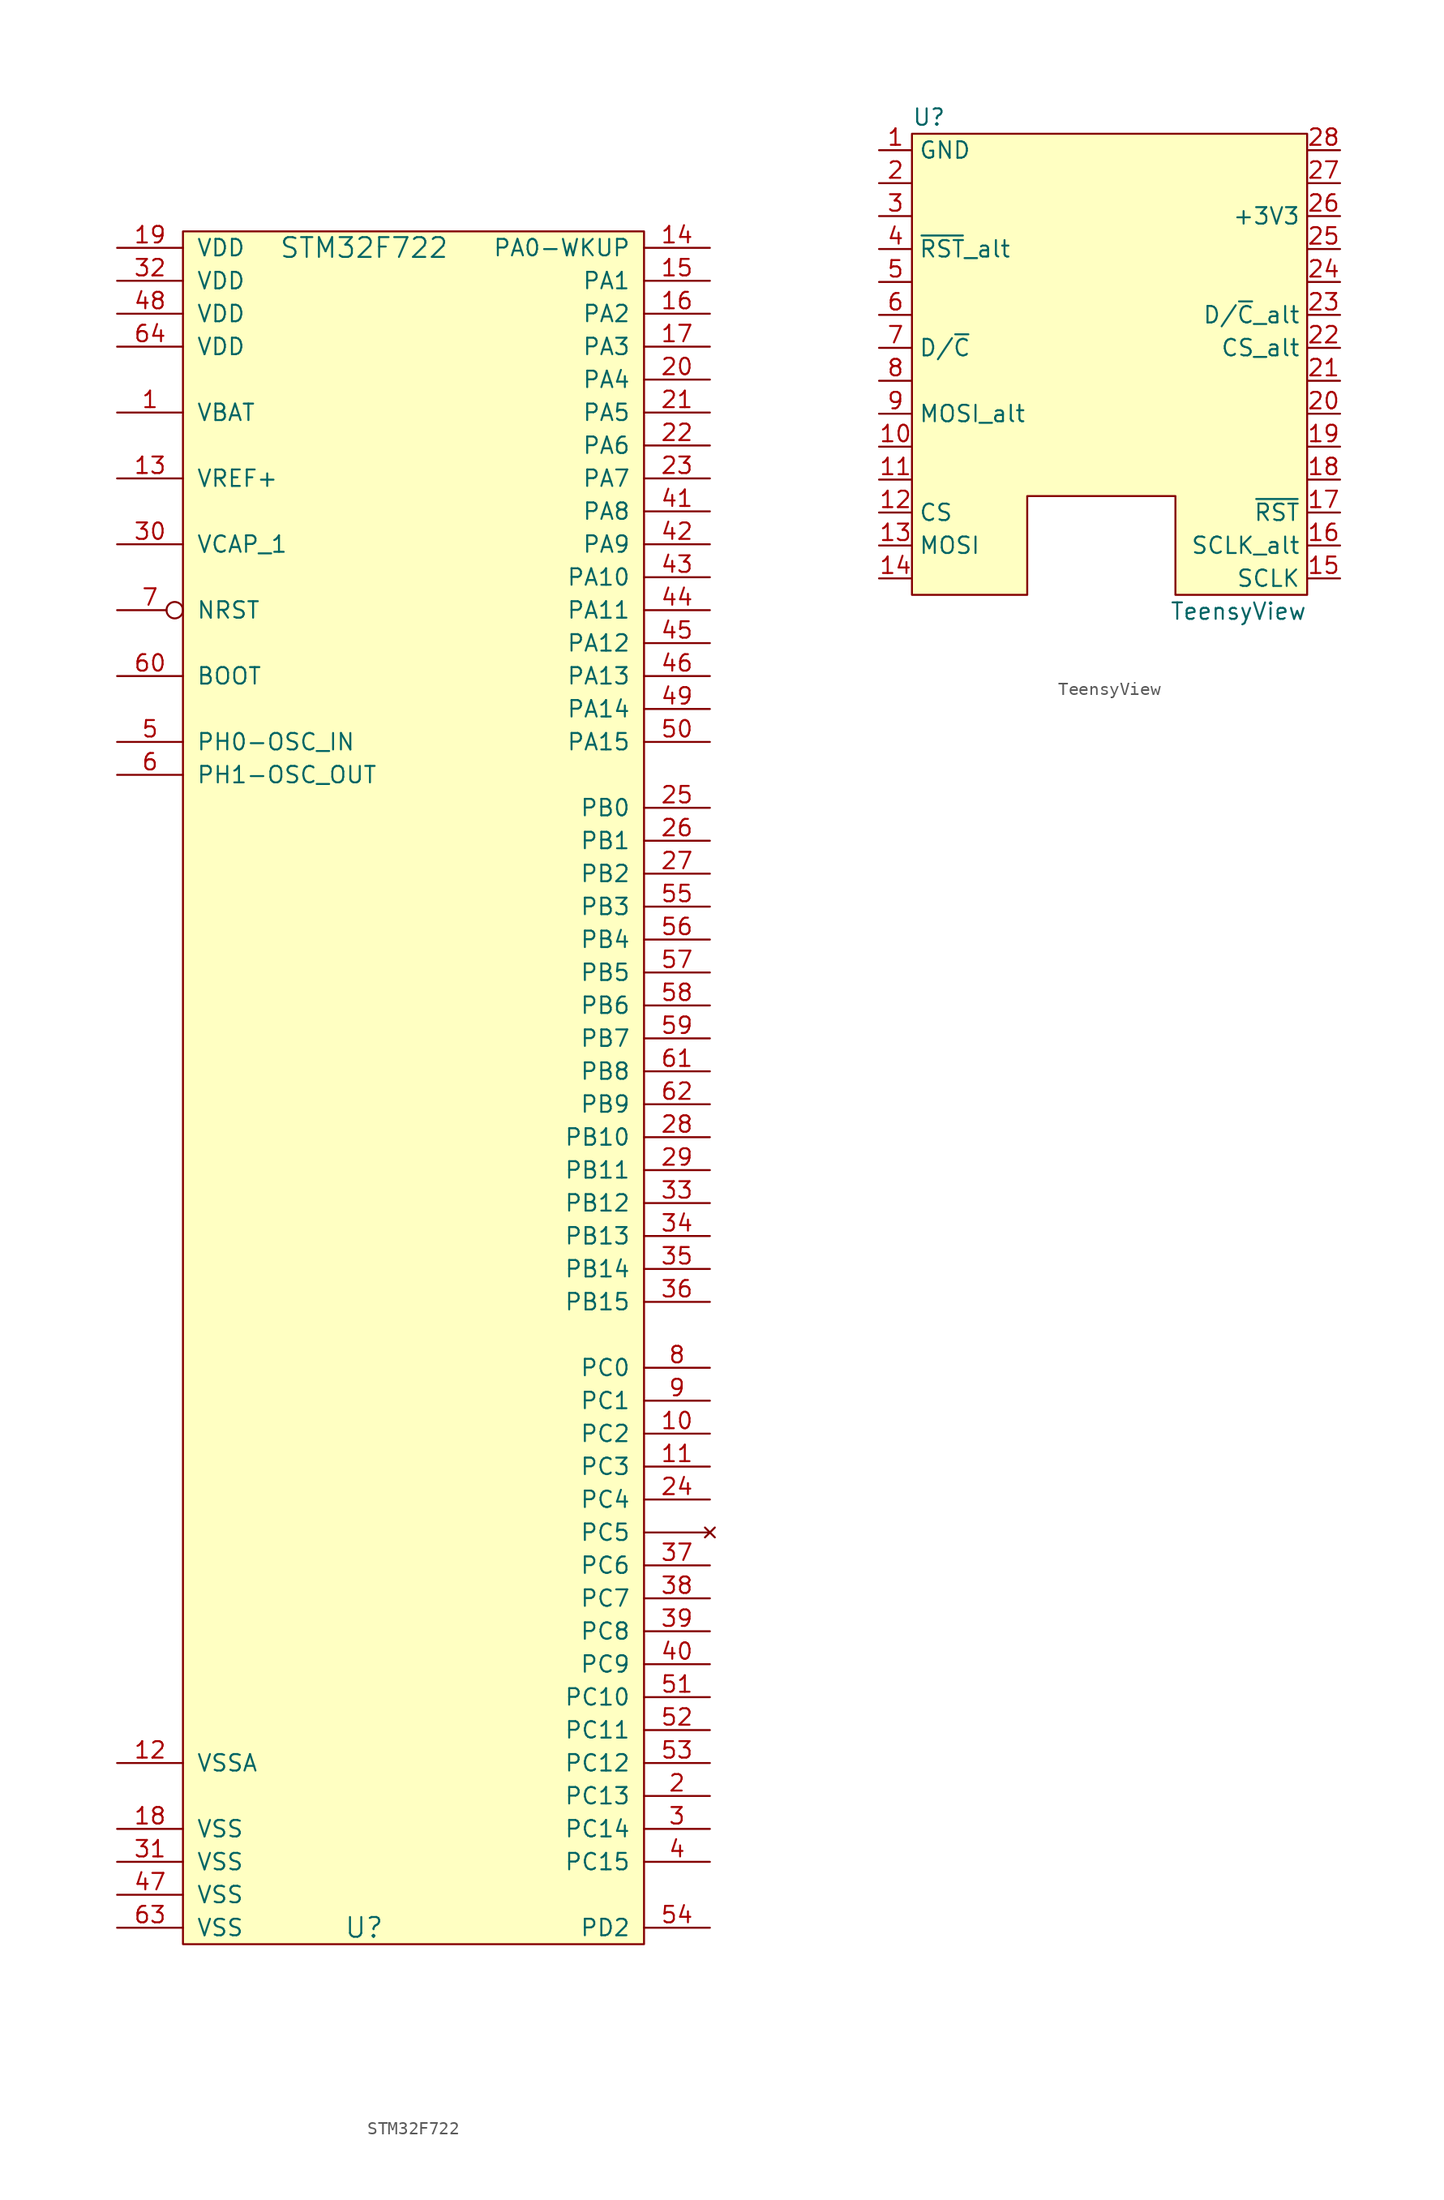
<source format=kicad_sym>
(kicad_symbol_lib
  (version 20211014)
  (generator kicad_symbol_editor)
  (symbol "STM32F722"
    (pin_names
      (offset 1.016))
    (property "Reference" "U"
      (at -3.81 -78.74 0)
      (effects (font (size 1.524 1.524))))
    (property "Value" "STM32F722"
      (at -3.81 50.8 0)
      (effects (font (size 1.524 1.524))))
    (symbol "STM32F722_0_1"
      (rectangle (start 17.78 52.07) (end -17.78 -80.01) (stroke (width 0) (type default) (color 0 0 0 0)) (fill (type background))))
    (symbol "STM32F722_1_1"
      (pin power_in line (at -22.86 38.1 0) (length 5.08) (name "VBAT" (effects (font (size 1.27 1.27)))) (number "1" (effects (font (size 1.27 1.27)))))
      (pin bidirectional line (at 22.86 -40.64 180) (length 5.08) (name "PC2" (effects (font (size 1.27 1.27)))) (number "10" (effects (font (size 1.27 1.27)))))
      (pin bidirectional line (at 22.86 -43.18 180) (length 5.08) (name "PC3" (effects (font (size 1.27 1.27)))) (number "11" (effects (font (size 1.27 1.27)))))
      (pin power_in line (at -22.86 -66.04 0) (length 5.08) (name "VSSA" (effects (font (size 1.27 1.27)))) (number "12" (effects (font (size 1.27 1.27)))))
      (pin power_in line (at -22.86 33.02 0) (length 5.08) (name "VREF+" (effects (font (size 1.27 1.27)))) (number "13" (effects (font (size 1.27 1.27)))))
      (pin bidirectional line (at 22.86 50.8 180) (length 5.08) (name "PA0-WKUP" (effects (font (size 1.27 1.27)))) (number "14" (effects (font (size 1.27 1.27)))))
      (pin bidirectional line (at 22.86 48.26 180) (length 5.08) (name "PA1" (effects (font (size 1.27 1.27)))) (number "15" (effects (font (size 1.27 1.27)))))
      (pin bidirectional line (at 22.86 45.72 180) (length 5.08) (name "PA2" (effects (font (size 1.27 1.27)))) (number "16" (effects (font (size 1.27 1.27)))))
      (pin bidirectional line (at 22.86 43.18 180) (length 5.08) (name "PA3" (effects (font (size 1.27 1.27)))) (number "17" (effects (font (size 1.27 1.27)))))
      (pin power_in line (at -22.86 -71.12 0) (length 5.08) (name "VSS" (effects (font (size 1.27 1.27)))) (number "18" (effects (font (size 1.27 1.27)))))
      (pin power_in line (at -22.86 50.8 0) (length 5.08) (name "VDD" (effects (font (size 1.27 1.27)))) (number "19" (effects (font (size 1.27 1.27)))))
      (pin bidirectional line (at 22.86 -68.58 180) (length 5.08) (name "PC13" (effects (font (size 1.27 1.27)))) (number "2" (effects (font (size 1.27 1.27)))))
      (pin bidirectional line (at 22.86 40.64 180) (length 5.08) (name "PA4" (effects (font (size 1.27 1.27)))) (number "20" (effects (font (size 1.27 1.27)))))
      (pin bidirectional line (at 22.86 38.1 180) (length 5.08) (name "PA5" (effects (font (size 1.27 1.27)))) (number "21" (effects (font (size 1.27 1.27)))))
      (pin bidirectional line (at 22.86 35.56 180) (length 5.08) (name "PA6" (effects (font (size 1.27 1.27)))) (number "22" (effects (font (size 1.27 1.27)))))
      (pin bidirectional line (at 22.86 33.02 180) (length 5.08) (name "PA7" (effects (font (size 1.27 1.27)))) (number "23" (effects (font (size 1.27 1.27)))))
      (pin bidirectional line (at 22.86 -45.72 180) (length 5.08) (name "PC4" (effects (font (size 1.27 1.27)))) (number "24" (effects (font (size 1.27 1.27)))))
      (pin bidirectional line (at 22.86 7.62 180) (length 5.08) (name "PB0" (effects (font (size 1.27 1.27)))) (number "25" (effects (font (size 1.27 1.27)))))
      (pin bidirectional line (at 22.86 5.08 180) (length 5.08) (name "PB1" (effects (font (size 1.27 1.27)))) (number "26" (effects (font (size 1.27 1.27)))))
      (pin bidirectional line (at 22.86 2.54 180) (length 5.08) (name "PB2" (effects (font (size 1.27 1.27)))) (number "27" (effects (font (size 1.27 1.27)))))
      (pin bidirectional line (at 22.86 -17.78 180) (length 5.08) (name "PB10" (effects (font (size 1.27 1.27)))) (number "28" (effects (font (size 1.27 1.27)))))
      (pin bidirectional line (at 22.86 -20.32 180) (length 5.08) (name "PB11" (effects (font (size 1.27 1.27)))) (number "29" (effects (font (size 1.27 1.27)))))
      (pin bidirectional line (at 22.86 -71.12 180) (length 5.08) (name "PC14" (effects (font (size 1.27 1.27)))) (number "3" (effects (font (size 1.27 1.27)))))
      (pin passive line (at -22.86 27.94 0) (length 5.08) (name "VCAP_1" (effects (font (size 1.27 1.27)))) (number "30" (effects (font (size 1.27 1.27)))))
      (pin power_in line (at -22.86 -73.66 0) (length 5.08) (name "VSS" (effects (font (size 1.27 1.27)))) (number "31" (effects (font (size 1.27 1.27)))))
      (pin power_in line (at -22.86 48.26 0) (length 5.08) (name "VDD" (effects (font (size 1.27 1.27)))) (number "32" (effects (font (size 1.27 1.27)))))
      (pin bidirectional line (at 22.86 -22.86 180) (length 5.08) (name "PB12" (effects (font (size 1.27 1.27)))) (number "33" (effects (font (size 1.27 1.27)))))
      (pin bidirectional line (at 22.86 -25.4 180) (length 5.08) (name "PB13" (effects (font (size 1.27 1.27)))) (number "34" (effects (font (size 1.27 1.27)))))
      (pin bidirectional line (at 22.86 -27.94 180) (length 5.08) (name "PB14" (effects (font (size 1.27 1.27)))) (number "35" (effects (font (size 1.27 1.27)))))
      (pin bidirectional line (at 22.86 -30.48 180) (length 5.08) (name "PB15" (effects (font (size 1.27 1.27)))) (number "36" (effects (font (size 1.27 1.27)))))
      (pin bidirectional line (at 22.86 -50.8 180) (length 5.08) (name "PC6" (effects (font (size 1.27 1.27)))) (number "37" (effects (font (size 1.27 1.27)))))
      (pin bidirectional line (at 22.86 -53.34 180) (length 5.08) (name "PC7" (effects (font (size 1.27 1.27)))) (number "38" (effects (font (size 1.27 1.27)))))
      (pin bidirectional line (at 22.86 -55.88 180) (length 5.08) (name "PC8" (effects (font (size 1.27 1.27)))) (number "39" (effects (font (size 1.27 1.27)))))
      (pin bidirectional line (at 22.86 -73.66 180) (length 5.08) (name "PC15" (effects (font (size 1.27 1.27)))) (number "4" (effects (font (size 1.27 1.27)))))
      (pin bidirectional line (at 22.86 -58.42 180) (length 5.08) (name "PC9" (effects (font (size 1.27 1.27)))) (number "40" (effects (font (size 1.27 1.27)))))
      (pin bidirectional line (at 22.86 30.48 180) (length 5.08) (name "PA8" (effects (font (size 1.27 1.27)))) (number "41" (effects (font (size 1.27 1.27)))))
      (pin bidirectional line (at 22.86 27.94 180) (length 5.08) (name "PA9" (effects (font (size 1.27 1.27)))) (number "42" (effects (font (size 1.27 1.27)))))
      (pin bidirectional line (at 22.86 25.4 180) (length 5.08) (name "PA10" (effects (font (size 1.27 1.27)))) (number "43" (effects (font (size 1.27 1.27)))))
      (pin bidirectional line (at 22.86 22.86 180) (length 5.08) (name "PA11" (effects (font (size 1.27 1.27)))) (number "44" (effects (font (size 1.27 1.27)))))
      (pin bidirectional line (at 22.86 20.32 180) (length 5.08) (name "PA12" (effects (font (size 1.27 1.27)))) (number "45" (effects (font (size 1.27 1.27)))))
      (pin bidirectional line (at 22.86 17.78 180) (length 5.08) (name "PA13" (effects (font (size 1.27 1.27)))) (number "46" (effects (font (size 1.27 1.27)))))
      (pin power_in line (at -22.86 -76.2 0) (length 5.08) (name "VSS" (effects (font (size 1.27 1.27)))) (number "47" (effects (font (size 1.27 1.27)))))
      (pin power_in line (at -22.86 45.72 0) (length 5.08) (name "VDD" (effects (font (size 1.27 1.27)))) (number "48" (effects (font (size 1.27 1.27)))))
      (pin bidirectional line (at 22.86 15.24 180) (length 5.08) (name "PA14" (effects (font (size 1.27 1.27)))) (number "49" (effects (font (size 1.27 1.27)))))
      (pin bidirectional line (at -22.86 12.7 0) (length 5.08) (name "PH0-OSC_IN" (effects (font (size 1.27 1.27)))) (number "5" (effects (font (size 1.27 1.27)))))
      (pin bidirectional line (at 22.86 12.7 180) (length 5.08) (name "PA15" (effects (font (size 1.27 1.27)))) (number "50" (effects (font (size 1.27 1.27)))))
      (pin bidirectional line (at 22.86 -60.96 180) (length 5.08) (name "PC10" (effects (font (size 1.27 1.27)))) (number "51" (effects (font (size 1.27 1.27)))))
      (pin bidirectional line (at 22.86 -63.5 180) (length 5.08) (name "PC11" (effects (font (size 1.27 1.27)))) (number "52" (effects (font (size 1.27 1.27)))))
      (pin bidirectional line (at 22.86 -66.04 180) (length 5.08) (name "PC12" (effects (font (size 1.27 1.27)))) (number "53" (effects (font (size 1.27 1.27)))))
      (pin bidirectional line (at 22.86 -78.74 180) (length 5.08) (name "PD2" (effects (font (size 1.27 1.27)))) (number "54" (effects (font (size 1.27 1.27)))))
      (pin bidirectional line (at 22.86 0 180) (length 5.08) (name "PB3" (effects (font (size 1.27 1.27)))) (number "55" (effects (font (size 1.27 1.27)))))
      (pin bidirectional line (at 22.86 -2.54 180) (length 5.08) (name "PB4" (effects (font (size 1.27 1.27)))) (number "56" (effects (font (size 1.27 1.27)))))
      (pin bidirectional line (at 22.86 -5.08 180) (length 5.08) (name "PB5" (effects (font (size 1.27 1.27)))) (number "57" (effects (font (size 1.27 1.27)))))
      (pin bidirectional line (at 22.86 -7.62 180) (length 5.08) (name "PB6" (effects (font (size 1.27 1.27)))) (number "58" (effects (font (size 1.27 1.27)))))
      (pin bidirectional line (at 22.86 -10.16 180) (length 5.08) (name "PB7" (effects (font (size 1.27 1.27)))) (number "59" (effects (font (size 1.27 1.27)))))
      (pin bidirectional line (at -22.86 10.16 0) (length 5.08) (name "PH1-OSC_OUT" (effects (font (size 1.27 1.27)))) (number "6" (effects (font (size 1.27 1.27)))))
      (pin input line (at -22.86 17.78 0) (length 5.08) (name "BOOT" (effects (font (size 1.27 1.27)))) (number "60" (effects (font (size 1.27 1.27)))))
      (pin bidirectional line (at 22.86 -12.7 180) (length 5.08) (name "PB8" (effects (font (size 1.27 1.27)))) (number "61" (effects (font (size 1.27 1.27)))))
      (pin bidirectional line (at 22.86 -15.24 180) (length 5.08) (name "PB9" (effects (font (size 1.27 1.27)))) (number "62" (effects (font (size 1.27 1.27)))))
      (pin power_in line (at -22.86 -78.74 0) (length 5.08) (name "VSS" (effects (font (size 1.27 1.27)))) (number "63" (effects (font (size 1.27 1.27)))))
      (pin power_in line (at -22.86 43.18 0) (length 5.08) (name "VDD" (effects (font (size 1.27 1.27)))) (number "64" (effects (font (size 1.27 1.27)))))
      (pin bidirectional inverted (at -22.86 22.86 0) (length 5.08) (name "NRST" (effects (font (size 1.27 1.27)))) (number "7" (effects (font (size 1.27 1.27)))))
      (pin bidirectional line (at 22.86 -35.56 180) (length 5.08) (name "PC0" (effects (font (size 1.27 1.27)))) (number "8" (effects (font (size 1.27 1.27)))))
      (pin bidirectional line (at 22.86 -38.1 180) (length 5.08) (name "PC1" (effects (font (size 1.27 1.27)))) (number "9" (effects (font (size 1.27 1.27)))))
      (pin no_connect line (at 22.86 -48.26 180) (length 5.08) (name "PC5" (effects (font (size 1.27 1.27)))) (number "~" (effects (font (size 1.27 1.27)))))))
  (symbol "TeensyView"
    (property "Reference" "U"
      (at -15.24 33.02 0)
      (effects (font (size 1.27 1.27)) (justify left)))
    (property "Value" "TeensyView"
      (at 15.24 -5.08 0)
      (effects (font (size 1.27 1.27)) (justify right)))
    (symbol "TeensyView_0_1"
      (polyline (pts (xy -15.24 -3.81) (xy -15.24 31.75) (xy 15.24 31.75) (xy 15.24 -3.81) (xy 5.08 -3.81) (xy 5.08 3.81) (xy -6.35 3.81) (xy -6.35 -3.81) (xy -15.24 -3.81)) (stroke (width 0) (type default) (color 0 0 0 0)) (fill (type background))))
    (symbol "TeensyView_1_1"
      (pin power_in line (at -17.78 30.48 0) (length 2.54) (name "GND" (effects (font (size 1.27 1.27)))) (number "1" (effects (font (size 1.27 1.27)))))
      (pin passive line (at -17.78 7.62 0) (length 2.54) (name "~" (effects (font (size 1.27 1.27)))) (number "10" (effects (font (size 1.27 1.27)))))
      (pin passive line (at -17.78 5.08 0) (length 2.54) (name "~" (effects (font (size 1.27 1.27)))) (number "11" (effects (font (size 1.27 1.27)))))
      (pin input line (at -17.78 2.54 0) (length 2.54) (name "CS" (effects (font (size 1.27 1.27)))) (number "12" (effects (font (size 1.27 1.27)))))
      (pin output line (at -17.78 0 0) (length 2.54) (name "MOSI" (effects (font (size 1.27 1.27)))) (number "13" (effects (font (size 1.27 1.27)))))
      (pin passive line (at -17.78 -2.54 0) (length 2.54) (name "~" (effects (font (size 1.27 1.27)))) (number "14" (effects (font (size 1.27 1.27)))))
      (pin input line (at 17.78 -2.54 180) (length 2.54) (name "SCLK" (effects (font (size 1.27 1.27)))) (number "15" (effects (font (size 1.27 1.27)))))
      (pin input line (at 17.78 0 180) (length 2.54) (name "SCLK_alt" (effects (font (size 1.27 1.27)))) (number "16" (effects (font (size 1.27 1.27)))))
      (pin input line (at 17.78 2.54 180) (length 2.54) (name "~{RST}" (effects (font (size 1.27 1.27)))) (number "17" (effects (font (size 1.27 1.27)))))
      (pin passive line (at 17.78 5.08 180) (length 2.54) (name "~" (effects (font (size 1.27 1.27)))) (number "18" (effects (font (size 1.27 1.27)))))
      (pin passive line (at 17.78 7.62 180) (length 2.54) (name "~" (effects (font (size 1.27 1.27)))) (number "19" (effects (font (size 1.27 1.27)))))
      (pin passive line (at -17.78 27.94 0) (length 2.54) (name "~" (effects (font (size 1.27 1.27)))) (number "2" (effects (font (size 1.27 1.27)))))
      (pin passive line (at 17.78 10.16 180) (length 2.54) (name "~" (effects (font (size 1.27 1.27)))) (number "20" (effects (font (size 1.27 1.27)))))
      (pin passive line (at 17.78 12.7 180) (length 2.54) (name "~" (effects (font (size 1.27 1.27)))) (number "21" (effects (font (size 1.27 1.27)))))
      (pin input line (at 17.78 15.24 180) (length 2.54) (name "CS_alt" (effects (font (size 1.27 1.27)))) (number "22" (effects (font (size 1.27 1.27)))))
      (pin input line (at 17.78 17.78 180) (length 2.54) (name "D/~{C}_alt" (effects (font (size 1.27 1.27)))) (number "23" (effects (font (size 1.27 1.27)))))
      (pin passive line (at 17.78 20.32 180) (length 2.54) (name "~" (effects (font (size 1.27 1.27)))) (number "24" (effects (font (size 1.27 1.27)))))
      (pin passive line (at 17.78 22.86 180) (length 2.54) (name "~" (effects (font (size 1.27 1.27)))) (number "25" (effects (font (size 1.27 1.27)))))
      (pin power_in line (at 17.78 25.4 180) (length 2.54) (name "+3V3" (effects (font (size 1.27 1.27)))) (number "26" (effects (font (size 1.27 1.27)))))
      (pin passive line (at 17.78 27.94 180) (length 2.54) (name "~" (effects (font (size 1.27 1.27)))) (number "27" (effects (font (size 1.27 1.27)))))
      (pin passive line (at 17.78 30.48 180) (length 2.54) (name "~" (effects (font (size 1.27 1.27)))) (number "28" (effects (font (size 1.27 1.27)))))
      (pin passive line (at -17.78 25.4 0) (length 2.54) (name "~" (effects (font (size 1.27 1.27)))) (number "3" (effects (font (size 1.27 1.27)))))
      (pin input line (at -17.78 22.86 0) (length 2.54) (name "~{RST}_alt" (effects (font (size 1.27 1.27)))) (number "4" (effects (font (size 1.27 1.27)))))
      (pin passive line (at -17.78 20.32 0) (length 2.54) (name "~" (effects (font (size 1.27 1.27)))) (number "5" (effects (font (size 1.27 1.27)))))
      (pin passive line (at -17.78 17.78 0) (length 2.54) (name "~" (effects (font (size 1.27 1.27)))) (number "6" (effects (font (size 1.27 1.27)))))
      (pin input line (at -17.78 15.24 0) (length 2.54) (name "D/~{C}" (effects (font (size 1.27 1.27)))) (number "7" (effects (font (size 1.27 1.27)))))
      (pin passive line (at -17.78 12.7 0) (length 2.54) (name "~" (effects (font (size 1.27 1.27)))) (number "8" (effects (font (size 1.27 1.27)))))
      (pin input line (at -17.78 10.16 0) (length 2.54) (name "MOSI_alt" (effects (font (size 1.27 1.27)))) (number "9" (effects (font (size 1.27 1.27))))))))
</source>
